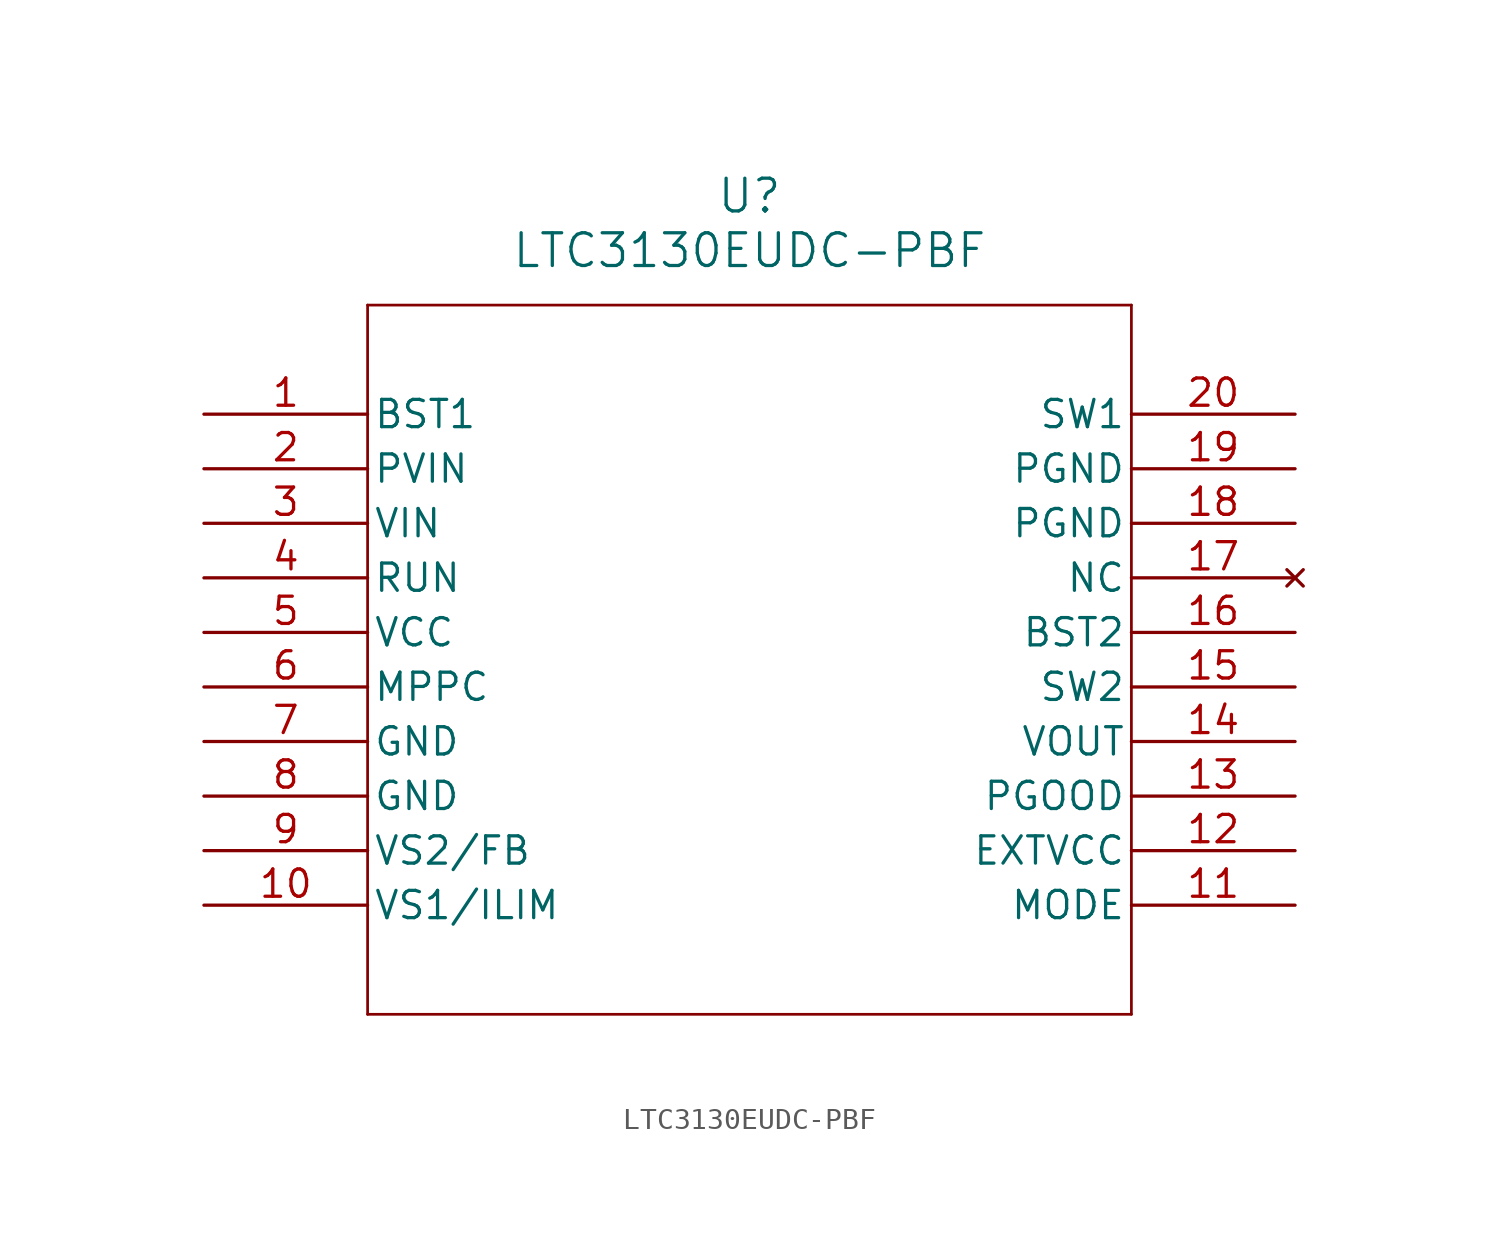
<source format=kicad_sym>
(kicad_symbol_lib
  (version 20211014)
  (generator kicad_symbol_editor)
  (symbol "LTC3130EUDC-PBF"
    (pin_names
      (offset 0.254))
    (property "Reference" "U"
      (at 25.4 10.16 0)
      (effects (font (size 1.524 1.524))))
    (property "Value" "LTC3130EUDC-PBF"
      (at 25.4 7.62 0)
      (effects (font (size 1.524 1.524))))
    (symbol "LTC3130EUDC-PBF_0_1"
      (polyline (pts (xy 7.62 5.08) (xy 7.62 -27.94)) (stroke (width 0.127) (type default) (color 0 0 0 0)) (fill (type none)))
      (polyline (pts (xy 7.62 -27.94) (xy 43.18 -27.94)) (stroke (width 0.127) (type default) (color 0 0 0 0)) (fill (type none)))
      (polyline (pts (xy 43.18 -27.94) (xy 43.18 5.08)) (stroke (width 0.127) (type default) (color 0 0 0 0)) (fill (type none)))
      (polyline (pts (xy 43.18 5.08) (xy 7.62 5.08)) (stroke (width 0.127) (type default) (color 0 0 0 0)) (fill (type none)))
      (pin unspecified line (at 0 0 0) (length 7.62) (name "BST1" (effects (font (size 1.27 1.27)))) (number "1" (effects (font (size 1.27 1.27)))))
      (pin input line (at 0 -2.54 0) (length 7.62) (name "PVIN" (effects (font (size 1.27 1.27)))) (number "2" (effects (font (size 1.27 1.27)))))
      (pin input line (at 0 -5.08 0) (length 7.62) (name "VIN" (effects (font (size 1.27 1.27)))) (number "3" (effects (font (size 1.27 1.27)))))
      (pin input line (at 0 -7.62 0) (length 7.62) (name "RUN" (effects (font (size 1.27 1.27)))) (number "4" (effects (font (size 1.27 1.27)))))
      (pin power_in line (at 0 -10.16 0) (length 7.62) (name "VCC" (effects (font (size 1.27 1.27)))) (number "5" (effects (font (size 1.27 1.27)))))
      (pin unspecified line (at 0 -12.7 0) (length 7.62) (name "MPPC" (effects (font (size 1.27 1.27)))) (number "6" (effects (font (size 1.27 1.27)))))
      (pin power_out line (at 0 -15.24 0) (length 7.62) (name "GND" (effects (font (size 1.27 1.27)))) (number "7" (effects (font (size 1.27 1.27)))))
      (pin power_out line (at 0 -17.78 0) (length 7.62) (name "GND" (effects (font (size 1.27 1.27)))) (number "8" (effects (font (size 1.27 1.27)))))
      (pin bidirectional line (at 0 -20.32 0) (length 7.62) (name "VS2/FB" (effects (font (size 1.27 1.27)))) (number "9" (effects (font (size 1.27 1.27)))))
      (pin bidirectional line (at 0 -22.86 0) (length 7.62) (name "VS1/ILIM" (effects (font (size 1.27 1.27)))) (number "10" (effects (font (size 1.27 1.27)))))
      (pin unspecified line (at 50.8 -22.86 180) (length 7.62) (name "MODE" (effects (font (size 1.27 1.27)))) (number "11" (effects (font (size 1.27 1.27)))))
      (pin input line (at 50.8 -20.32 180) (length 7.62) (name "EXTVCC" (effects (font (size 1.27 1.27)))) (number "12" (effects (font (size 1.27 1.27)))))
      (pin output line (at 50.8 -17.78 180) (length 7.62) (name "PGOOD" (effects (font (size 1.27 1.27)))) (number "13" (effects (font (size 1.27 1.27)))))
      (pin output line (at 50.8 -15.24 180) (length 7.62) (name "VOUT" (effects (font (size 1.27 1.27)))) (number "14" (effects (font (size 1.27 1.27)))))
      (pin unspecified line (at 50.8 -12.7 180) (length 7.62) (name "SW2" (effects (font (size 1.27 1.27)))) (number "15" (effects (font (size 1.27 1.27)))))
      (pin unspecified line (at 50.8 -10.16 180) (length 7.62) (name "BST2" (effects (font (size 1.27 1.27)))) (number "16" (effects (font (size 1.27 1.27)))))
      (pin no_connect line (at 50.8 -7.62 180) (length 7.62) (name "NC" (effects (font (size 1.27 1.27)))) (number "17" (effects (font (size 1.27 1.27)))))
      (pin power_out line (at 50.8 -5.08 180) (length 7.62) (name "PGND" (effects (font (size 1.27 1.27)))) (number "18" (effects (font (size 1.27 1.27)))))
      (pin power_out line (at 50.8 -2.54 180) (length 7.62) (name "PGND" (effects (font (size 1.27 1.27)))) (number "19" (effects (font (size 1.27 1.27)))))
      (pin unspecified line (at 50.8 0 180) (length 7.62) (name "SW1" (effects (font (size 1.27 1.27)))) (number "20" (effects (font (size 1.27 1.27))))))))
</source>
